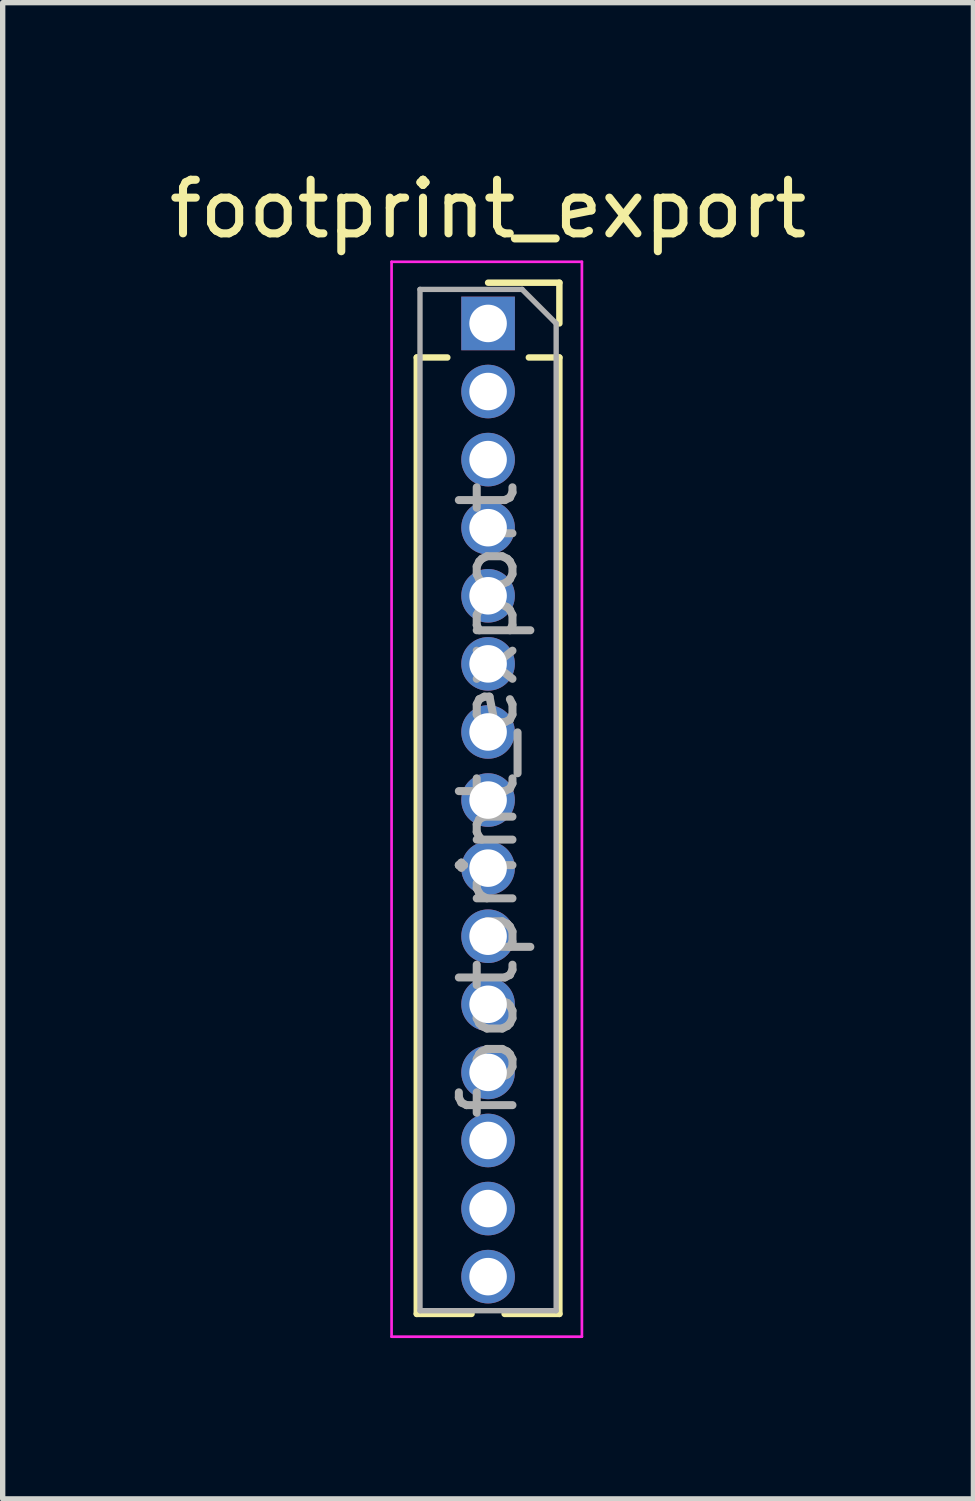
<source format=kicad_pcb>
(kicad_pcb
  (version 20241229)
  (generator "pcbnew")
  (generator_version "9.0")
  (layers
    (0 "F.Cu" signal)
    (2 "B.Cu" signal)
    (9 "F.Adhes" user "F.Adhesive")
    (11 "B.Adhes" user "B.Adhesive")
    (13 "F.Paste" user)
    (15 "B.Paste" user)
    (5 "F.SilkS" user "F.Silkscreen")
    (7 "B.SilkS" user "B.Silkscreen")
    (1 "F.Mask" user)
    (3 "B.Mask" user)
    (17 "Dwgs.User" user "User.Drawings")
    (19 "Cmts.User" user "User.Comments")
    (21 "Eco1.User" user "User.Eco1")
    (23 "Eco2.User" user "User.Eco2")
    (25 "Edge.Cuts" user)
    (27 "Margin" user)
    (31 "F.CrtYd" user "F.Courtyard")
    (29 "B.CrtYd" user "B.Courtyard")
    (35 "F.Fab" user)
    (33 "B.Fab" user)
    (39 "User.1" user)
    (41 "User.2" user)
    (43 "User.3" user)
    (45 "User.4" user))
  (footprint "footprint_export"
    (layer "F.Cu")
    (at 6.054 2.983)
    (property "Reference" "footprint_export" (at 0 -2.135 0) (layer "F.SilkS") (effects (font (size 1 1) (thickness 0.15))))
    (attr through_hole)
    (fp_line (start -1.33 0.635) (end -1.33 18.475) (stroke (width 0.12) (type solid)) (layer "F.SilkS"))
    (fp_line (start -1.33 0.635) (end -0.76 0.635) (stroke (width 0.12) (type solid)) (layer "F.SilkS"))
    (fp_line (start -1.33 18.475) (end -0.308 18.475) (stroke (width 0.12) (type solid)) (layer "F.SilkS"))
    (fp_line (start 0 -0.76) (end 1.33 -0.76) (stroke (width 0.12) (type solid)) (layer "F.SilkS"))
    (fp_line (start 0.308 18.475) (end 1.33 18.475) (stroke (width 0.12) (type solid)) (layer "F.SilkS"))
    (fp_line (start 0.76 0.635) (end 1.33 0.635) (stroke (width 0.12) (type solid)) (layer "F.SilkS"))
    (fp_line (start 1.33 -0.76) (end 1.33 0) (stroke (width 0.12) (type solid)) (layer "F.SilkS"))
    (fp_line (start 1.33 0.635) (end 1.33 18.475) (stroke (width 0.12) (type solid)) (layer "F.SilkS"))
    (fp_line (start -1.8 -1.15) (end 1.75 -1.15) (stroke (width 0.05) (type solid)) (layer "F.CrtYd"))
    (fp_line (start -1.8 18.9) (end -1.8 -1.15) (stroke (width 0.05) (type solid)) (layer "F.CrtYd"))
    (fp_line (start 1.75 -1.15) (end 1.75 18.9) (stroke (width 0.05) (type solid)) (layer "F.CrtYd"))
    (fp_line (start 1.75 18.9) (end -1.8 18.9) (stroke (width 0.05) (type solid)) (layer "F.CrtYd"))
    (fp_line (start -1.27 -0.635) (end 0.635 -0.635) (stroke (width 0.1) (type solid)) (layer "F.Fab"))
    (fp_line (start -1.27 18.415) (end -1.27 -0.635) (stroke (width 0.1) (type solid)) (layer "F.Fab"))
    (fp_line (start 0.635 -0.635) (end 1.27 0) (stroke (width 0.1) (type solid)) (layer "F.Fab"))
    (fp_line (start 1.27 0) (end 1.27 18.415) (stroke (width 0.1) (type solid)) (layer "F.Fab"))
    (fp_line (start 1.27 18.415) (end -1.27 18.415) (stroke (width 0.1) (type solid)) (layer "F.Fab"))
    (fp_text user "${REFERENCE}" (at 0 8.89 90) (layer "F.Fab") (effects (font (size 1 1) (thickness 0.15))))
    (pad "1" thru_hole rect (at 0 0) (size 1 1) (drill 0.7) (layers "*.Cu" "*.Mask"))
    (pad "2" thru_hole oval (at 0 1.27) (size 1 1) (drill 0.7) (layers "*.Cu" "*.Mask"))
    (pad "3" thru_hole oval (at 0 2.54) (size 1 1) (drill 0.7) (layers "*.Cu" "*.Mask"))
    (pad "4" thru_hole oval (at 0 3.81) (size 1 1) (drill 0.7) (layers "*.Cu" "*.Mask"))
    (pad "5" thru_hole oval (at 0 5.08) (size 1 1) (drill 0.7) (layers "*.Cu" "*.Mask"))
    (pad "6" thru_hole oval (at 0 6.35) (size 1 1) (drill 0.7) (layers "*.Cu" "*.Mask"))
    (pad "7" thru_hole oval (at 0 7.62) (size 1 1) (drill 0.7) (layers "*.Cu" "*.Mask"))
    (pad "8" thru_hole oval (at 0 8.89) (size 1 1) (drill 0.7) (layers "*.Cu" "*.Mask"))
    (pad "9" thru_hole oval (at 0 10.16) (size 1 1) (drill 0.7) (layers "*.Cu" "*.Mask"))
    (pad "10" thru_hole oval (at 0 11.43) (size 1 1) (drill 0.7) (layers "*.Cu" "*.Mask"))
    (pad "11" thru_hole oval (at 0 12.7) (size 1 1) (drill 0.7) (layers "*.Cu" "*.Mask"))
    (pad "12" thru_hole oval (at 0 13.97) (size 1 1) (drill 0.7) (layers "*.Cu" "*.Mask"))
    (pad "13" thru_hole oval (at 0 15.24) (size 1 1) (drill 0.7) (layers "*.Cu" "*.Mask"))
    (pad "14" thru_hole oval (at 0 16.51) (size 1 1) (drill 0.7) (layers "*.Cu" "*.Mask"))
    (pad "15" thru_hole oval (at 0 17.78) (size 1 1) (drill 0.7) (layers "*.Cu" "*.Mask")))
  (gr_rect
    (start -3 -3)
    (end 15.107 24.908)
    (stroke (width 0.1) (type default))
    (fill no)
    (layer "Edge.Cuts")))
</source>
